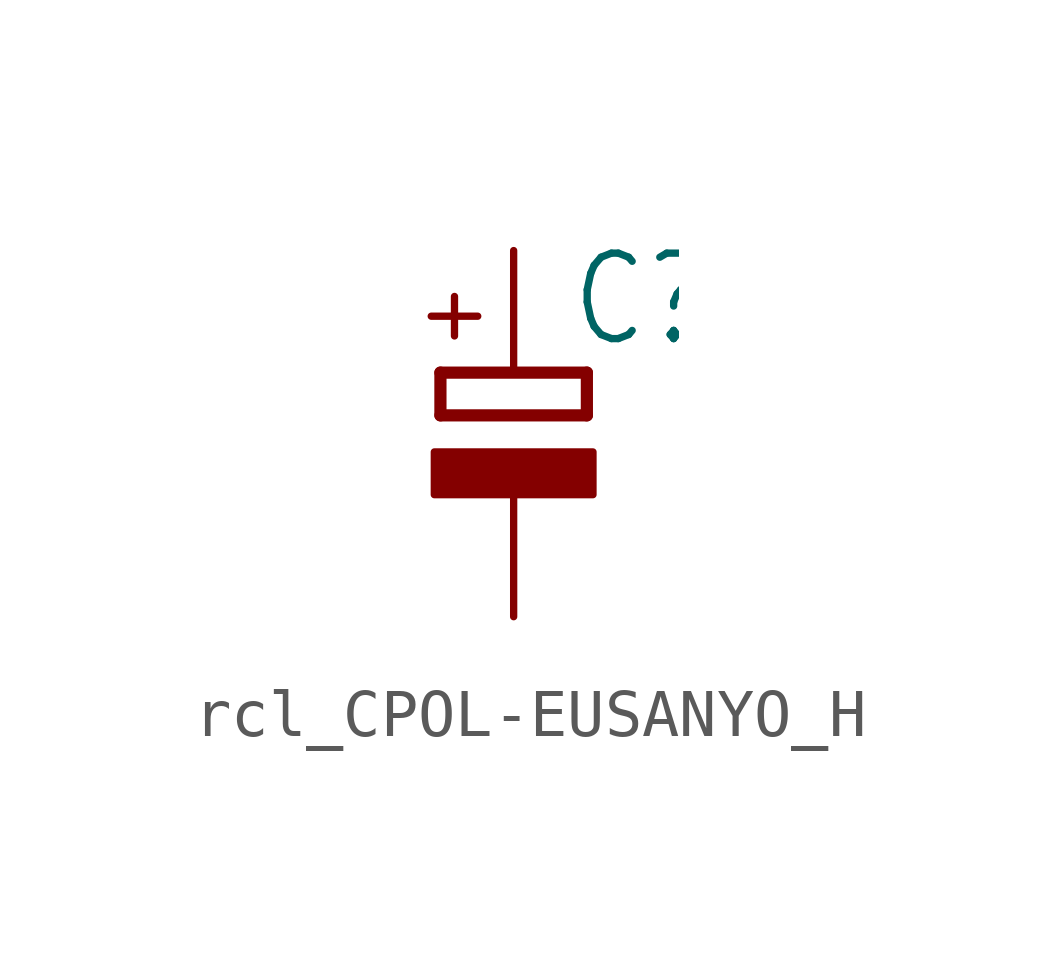
<source format=kicad_sym>
(kicad_symbol_lib
  (version 20231120)
  (generator "kicad_symbol_editor")
  (generator_version "8.0")
  (symbol "rcl_CPOL-EUSANYO_H"
    (property "Reference" "C"
      (at 1.143 0.483 0)
      (effects (font (size 1.778 1.511)) (justify left bottom)))
    (property "Value" ""
      (at 1.143 -4.597 0)
      (effects (font (size 1.778 1.511)) (justify left bottom)))
    (property "ki_locked" ""
      (at 0 0 0)
      (effects (font (size 1.27 1.27))))
    (symbol "rcl_CPOL-EUSANYO_H_1_0"
      (rectangle (start -1.651 -2.54) (end 1.651 -1.651) (stroke (width 0) (type default)) (fill (type outline)))
      (polyline (pts (xy -1.524 -0.889) (xy 1.524 -0.889)) (stroke (width 0.254) (type solid)) (fill (type none)))
      (polyline (pts (xy -1.524 0) (xy -1.524 -0.889)) (stroke (width 0.254) (type solid)) (fill (type none)))
      (polyline (pts (xy -1.524 0) (xy 1.524 0)) (stroke (width 0.254) (type solid)) (fill (type none)))
      (polyline (pts (xy 1.524 -0.889) (xy 1.524 0)) (stroke (width 0.254) (type solid)) (fill (type none)))
      (text "+" (at -0.584 0.406 900) (effects (font (size 1.27 1.079)) (justify left bottom)))
      (pin passive line (at 0 2.54 270) (length 2.54) (name "+" (effects (font (size 0 0)))) (number "+" (effects (font (size 0 0)))))
      (pin passive line (at 0 -5.08 90) (length 2.54) (name "-" (effects (font (size 0 0)))) (number "-" (effects (font (size 0 0))))))))
</source>
